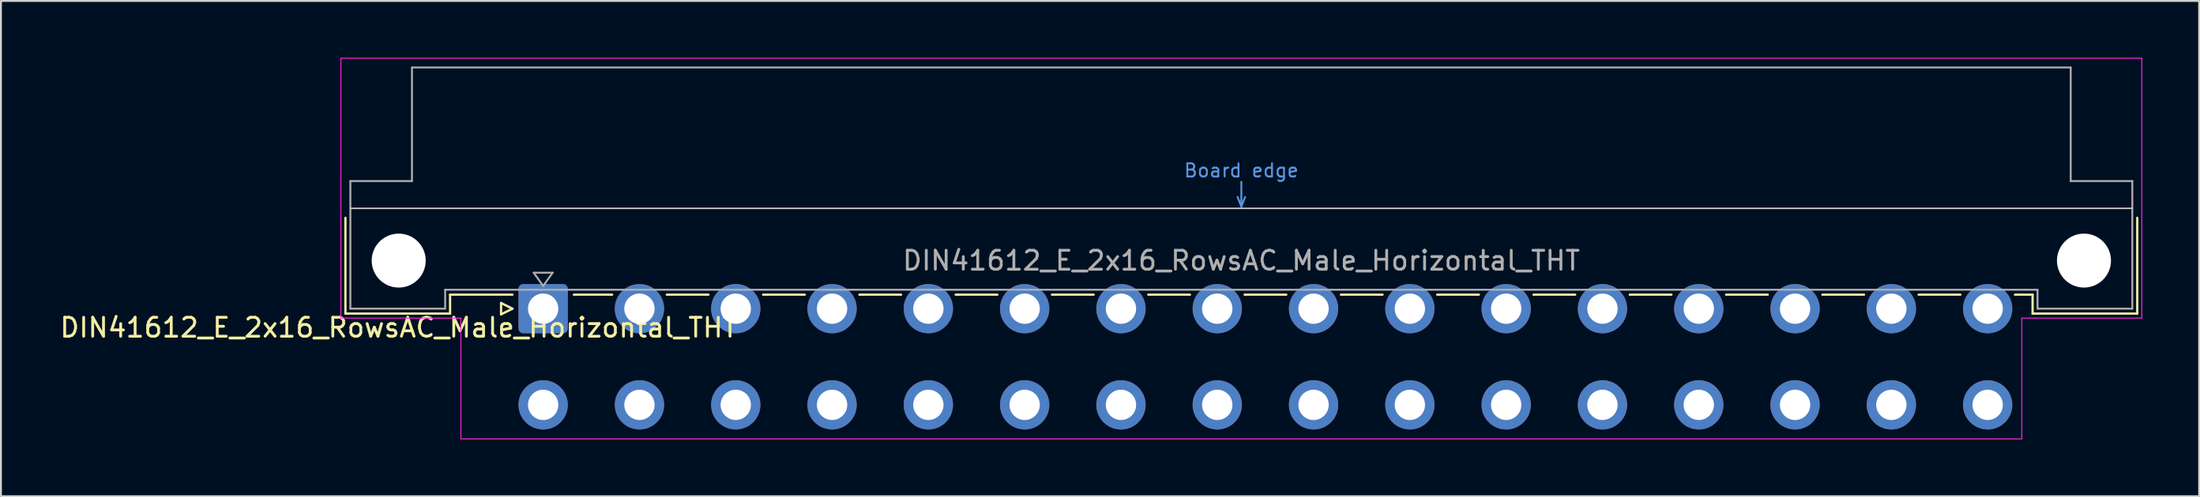
<source format=kicad_pcb>
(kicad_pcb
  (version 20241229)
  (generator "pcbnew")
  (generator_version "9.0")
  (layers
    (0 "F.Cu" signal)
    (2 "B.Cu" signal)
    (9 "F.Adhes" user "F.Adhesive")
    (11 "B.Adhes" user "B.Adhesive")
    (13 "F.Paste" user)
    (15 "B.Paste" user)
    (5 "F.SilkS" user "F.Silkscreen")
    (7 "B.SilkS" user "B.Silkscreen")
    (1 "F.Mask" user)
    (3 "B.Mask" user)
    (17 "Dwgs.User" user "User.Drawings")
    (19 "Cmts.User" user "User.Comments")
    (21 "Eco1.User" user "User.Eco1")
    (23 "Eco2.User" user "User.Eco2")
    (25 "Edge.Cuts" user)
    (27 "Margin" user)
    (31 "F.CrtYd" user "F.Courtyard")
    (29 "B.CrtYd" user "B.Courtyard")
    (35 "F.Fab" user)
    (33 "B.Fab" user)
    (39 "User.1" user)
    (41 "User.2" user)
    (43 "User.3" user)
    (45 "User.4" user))
  (footprint "DIN41612_E_2x16_RowsAC_Male_Horizontal_THT"
    (layer "F.Cu")
    (at 23.062 13.255)
    (property "Reference" "DIN41612_E_2x16_RowsAC_Male_Horizontal_THT" (at -5.08 1 0) (layer "F.SilkS") (effects (font (size 1 1) (thickness 0.15))))
    (attr through_hole)
    (fp_line (start -7.89 -4.8) (end -7.89 0.26) (stroke (width 0.12) (type solid)) (layer "F.SilkS"))
    (fp_line (start -7.89 0.26) (end -2.37 0.26) (stroke (width 0.12) (type solid)) (layer "F.SilkS"))
    (fp_line (start -2.37 -0.74) (end 0.92 -0.74) (stroke (width 0.12) (type solid)) (layer "F.SilkS"))
    (fp_line (start -2.37 0.26) (end -2.37 -0.74) (stroke (width 0.12) (type solid)) (layer "F.SilkS"))
    (fp_line (start 0.32 -0.3) (end 0.32 0.3) (stroke (width 0.12) (type solid)) (layer "F.SilkS"))
    (fp_line (start 0.32 0.3) (end 0.92 0) (stroke (width 0.12) (type solid)) (layer "F.SilkS"))
    (fp_line (start 0.92 0) (end 0.32 -0.3) (stroke (width 0.12) (type solid)) (layer "F.SilkS"))
    (fp_line (start 4.16 -0.74) (end 6.179 -0.74) (stroke (width 0.12) (type solid)) (layer "F.SilkS"))
    (fp_line (start 9.061 -0.74) (end 11.259 -0.74) (stroke (width 0.12) (type solid)) (layer "F.SilkS"))
    (fp_line (start 14.141 -0.74) (end 16.339 -0.74) (stroke (width 0.12) (type solid)) (layer "F.SilkS"))
    (fp_line (start 19.221 -0.74) (end 21.419 -0.74) (stroke (width 0.12) (type solid)) (layer "F.SilkS"))
    (fp_line (start 24.301 -0.74) (end 26.499 -0.74) (stroke (width 0.12) (type solid)) (layer "F.SilkS"))
    (fp_line (start 29.381 -0.74) (end 31.579 -0.74) (stroke (width 0.12) (type solid)) (layer "F.SilkS"))
    (fp_line (start 34.461 -0.74) (end 36.659 -0.74) (stroke (width 0.12) (type solid)) (layer "F.SilkS"))
    (fp_line (start 39.541 -0.74) (end 41.739 -0.74) (stroke (width 0.12) (type solid)) (layer "F.SilkS"))
    (fp_line (start 44.621 -0.74) (end 46.819 -0.74) (stroke (width 0.12) (type solid)) (layer "F.SilkS"))
    (fp_line (start 49.701 -0.74) (end 51.899 -0.74) (stroke (width 0.12) (type solid)) (layer "F.SilkS"))
    (fp_line (start 54.781 -0.74) (end 56.979 -0.74) (stroke (width 0.12) (type solid)) (layer "F.SilkS"))
    (fp_line (start 59.861 -0.74) (end 62.059 -0.74) (stroke (width 0.12) (type solid)) (layer "F.SilkS"))
    (fp_line (start 64.941 -0.74) (end 67.139 -0.74) (stroke (width 0.12) (type solid)) (layer "F.SilkS"))
    (fp_line (start 70.021 -0.74) (end 72.219 -0.74) (stroke (width 0.12) (type solid)) (layer "F.SilkS"))
    (fp_line (start 75.101 -0.74) (end 77.299 -0.74) (stroke (width 0.12) (type solid)) (layer "F.SilkS"))
    (fp_line (start 80.181 -0.74) (end 81.11 -0.74) (stroke (width 0.12) (type solid)) (layer "F.SilkS"))
    (fp_line (start 81.11 0.26) (end 81.11 -0.74) (stroke (width 0.12) (type solid)) (layer "F.SilkS"))
    (fp_line (start 86.63 -4.8) (end 86.63 0.26) (stroke (width 0.12) (type solid)) (layer "F.SilkS"))
    (fp_line (start 86.63 0.26) (end 81.11 0.26) (stroke (width 0.12) (type solid)) (layer "F.SilkS"))
    (fp_line (start -7.63 -5.3) (end 86.37 -5.3) (stroke (width 0.08) (type solid)) (layer "Dwgs.User"))
    (fp_line (start 39.17 -5.9) (end 39.37 -5.4) (stroke (width 0.1) (type solid)) (layer "Cmts.User"))
    (fp_line (start 39.37 -5.4) (end 39.37 -6.7) (stroke (width 0.1) (type solid)) (layer "Cmts.User"))
    (fp_line (start 39.37 -5.4) (end 39.57 -5.9) (stroke (width 0.1) (type solid)) (layer "Cmts.User"))
    (fp_line (start -8.13 -13.23) (end -8.13 0.5) (stroke (width 0.05) (type solid)) (layer "F.CrtYd"))
    (fp_line (start -8.13 0.5) (end -1.8 0.5) (stroke (width 0.05) (type solid)) (layer "F.CrtYd"))
    (fp_line (start -1.8 0.5) (end -1.8 6.88) (stroke (width 0.05) (type solid)) (layer "F.CrtYd"))
    (fp_line (start -1.8 6.88) (end 80.54 6.88) (stroke (width 0.05) (type solid)) (layer "F.CrtYd"))
    (fp_line (start 80.54 0.5) (end 86.87 0.5) (stroke (width 0.05) (type solid)) (layer "F.CrtYd"))
    (fp_line (start 80.54 6.88) (end 80.54 0.5) (stroke (width 0.05) (type solid)) (layer "F.CrtYd"))
    (fp_line (start 86.87 -13.23) (end -8.13 -13.23) (stroke (width 0.05) (type solid)) (layer "F.CrtYd"))
    (fp_line (start 86.87 0.5) (end 86.87 -13.23) (stroke (width 0.05) (type solid)) (layer "F.CrtYd"))
    (fp_line (start -7.63 -6.74) (end -7.63 0) (stroke (width 0.1) (type solid)) (layer "F.Fab"))
    (fp_line (start -7.63 0) (end -2.63 0) (stroke (width 0.1) (type solid)) (layer "F.Fab"))
    (fp_line (start -4.38 -12.74) (end -4.38 -6.74) (stroke (width 0.1) (type solid)) (layer "F.Fab"))
    (fp_line (start -4.38 -6.74) (end -7.63 -6.74) (stroke (width 0.1) (type solid)) (layer "F.Fab"))
    (fp_line (start -2.63 -1) (end 81.37 -1) (stroke (width 0.1) (type solid)) (layer "F.Fab"))
    (fp_line (start -2.63 0) (end -2.63 -1) (stroke (width 0.1) (type solid)) (layer "F.Fab"))
    (fp_line (start 2.04 -1.9) (end 3.04 -1.9) (stroke (width 0.1) (type solid)) (layer "F.Fab"))
    (fp_line (start 2.54 -1.2) (end 2.04 -1.9) (stroke (width 0.1) (type solid)) (layer "F.Fab"))
    (fp_line (start 3.04 -1.9) (end 2.54 -1.2) (stroke (width 0.1) (type solid)) (layer "F.Fab"))
    (fp_line (start 81.37 -1) (end 81.37 0) (stroke (width 0.1) (type solid)) (layer "F.Fab"))
    (fp_line (start 81.37 0) (end 86.37 0) (stroke (width 0.1) (type solid)) (layer "F.Fab"))
    (fp_line (start 83.12 -12.74) (end -4.38 -12.74) (stroke (width 0.1) (type solid)) (layer "F.Fab"))
    (fp_line (start 83.12 -6.74) (end 83.12 -12.74) (stroke (width 0.1) (type solid)) (layer "F.Fab"))
    (fp_line (start 86.37 -6.74) (end 83.12 -6.74) (stroke (width 0.1) (type solid)) (layer "F.Fab"))
    (fp_line (start 86.37 0) (end 86.37 -6.74) (stroke (width 0.1) (type solid)) (layer "F.Fab"))
    (fp_text user "Board edge" (at 39.37 -7.3 0) (layer "Cmts.User") (effects (font (size 0.7 0.7) (thickness 0.1))))
    (fp_text user "${REFERENCE}" (at 39.37 -2.54 0) (layer "F.Fab") (effects (font (size 1 1) (thickness 0.15))))
    (pad "" np_thru_hole circle (at -5.08 -2.54) (size 2.85 2.85) (drill 2.85) (layers "*.Cu" "*.Mask"))
    (pad "" np_thru_hole circle (at 83.82 -2.54) (size 2.85 2.85) (drill 2.85) (layers "*.Cu" "*.Mask"))
    (pad "a2" thru_hole roundrect (at 2.54 0) (size 2.6 2.6) (drill 1.6) (layers "*.Cu" "*.Mask") (roundrect_rratio 0.096))
    (pad "a4" thru_hole circle (at 7.62 0) (size 2.6 2.6) (drill 1.6) (layers "*.Cu" "*.Mask"))
    (pad "a6" thru_hole circle (at 12.7 0) (size 2.6 2.6) (drill 1.6) (layers "*.Cu" "*.Mask"))
    (pad "a8" thru_hole circle (at 17.78 0) (size 2.6 2.6) (drill 1.6) (layers "*.Cu" "*.Mask"))
    (pad "a10" thru_hole circle (at 22.86 0) (size 2.6 2.6) (drill 1.6) (layers "*.Cu" "*.Mask"))
    (pad "a12" thru_hole circle (at 27.94 0) (size 2.6 2.6) (drill 1.6) (layers "*.Cu" "*.Mask"))
    (pad "a14" thru_hole circle (at 33.02 0) (size 2.6 2.6) (drill 1.6) (layers "*.Cu" "*.Mask"))
    (pad "a16" thru_hole circle (at 38.1 0) (size 2.6 2.6) (drill 1.6) (layers "*.Cu" "*.Mask"))
    (pad "a18" thru_hole circle (at 43.18 0) (size 2.6 2.6) (drill 1.6) (layers "*.Cu" "*.Mask"))
    (pad "a20" thru_hole circle (at 48.26 0) (size 2.6 2.6) (drill 1.6) (layers "*.Cu" "*.Mask"))
    (pad "a22" thru_hole circle (at 53.34 0) (size 2.6 2.6) (drill 1.6) (layers "*.Cu" "*.Mask"))
    (pad "a24" thru_hole circle (at 58.42 0) (size 2.6 2.6) (drill 1.6) (layers "*.Cu" "*.Mask"))
    (pad "a26" thru_hole circle (at 63.5 0) (size 2.6 2.6) (drill 1.6) (layers "*.Cu" "*.Mask"))
    (pad "a28" thru_hole circle (at 68.58 0) (size 2.6 2.6) (drill 1.6) (layers "*.Cu" "*.Mask"))
    (pad "a30" thru_hole circle (at 73.66 0) (size 2.6 2.6) (drill 1.6) (layers "*.Cu" "*.Mask"))
    (pad "a32" thru_hole circle (at 78.74 0) (size 2.6 2.6) (drill 1.6) (layers "*.Cu" "*.Mask"))
    (pad "c2" thru_hole circle (at 2.54 5.08) (size 2.6 2.6) (drill 1.6) (layers "*.Cu" "*.Mask"))
    (pad "c4" thru_hole circle (at 7.62 5.08) (size 2.6 2.6) (drill 1.6) (layers "*.Cu" "*.Mask"))
    (pad "c6" thru_hole circle (at 12.7 5.08) (size 2.6 2.6) (drill 1.6) (layers "*.Cu" "*.Mask"))
    (pad "c8" thru_hole circle (at 17.78 5.08) (size 2.6 2.6) (drill 1.6) (layers "*.Cu" "*.Mask"))
    (pad "c10" thru_hole circle (at 22.86 5.08) (size 2.6 2.6) (drill 1.6) (layers "*.Cu" "*.Mask"))
    (pad "c12" thru_hole circle (at 27.94 5.08) (size 2.6 2.6) (drill 1.6) (layers "*.Cu" "*.Mask"))
    (pad "c14" thru_hole circle (at 33.02 5.08) (size 2.6 2.6) (drill 1.6) (layers "*.Cu" "*.Mask"))
    (pad "c16" thru_hole circle (at 38.1 5.08) (size 2.6 2.6) (drill 1.6) (layers "*.Cu" "*.Mask"))
    (pad "c18" thru_hole circle (at 43.18 5.08) (size 2.6 2.6) (drill 1.6) (layers "*.Cu" "*.Mask"))
    (pad "c20" thru_hole circle (at 48.26 5.08) (size 2.6 2.6) (drill 1.6) (layers "*.Cu" "*.Mask"))
    (pad "c22" thru_hole circle (at 53.34 5.08) (size 2.6 2.6) (drill 1.6) (layers "*.Cu" "*.Mask"))
    (pad "c24" thru_hole circle (at 58.42 5.08) (size 2.6 2.6) (drill 1.6) (layers "*.Cu" "*.Mask"))
    (pad "c26" thru_hole circle (at 63.5 5.08) (size 2.6 2.6) (drill 1.6) (layers "*.Cu" "*.Mask"))
    (pad "c28" thru_hole circle (at 68.58 5.08) (size 2.6 2.6) (drill 1.6) (layers "*.Cu" "*.Mask"))
    (pad "c30" thru_hole circle (at 73.66 5.08) (size 2.6 2.6) (drill 1.6) (layers "*.Cu" "*.Mask"))
    (pad "c32" thru_hole circle (at 78.74 5.08) (size 2.6 2.6) (drill 1.6) (layers "*.Cu" "*.Mask")))
  (gr_rect
    (start -3 -3)
    (end 112.957 23.16)
    (stroke (width 0.1) (type default))
    (fill no)
    (layer "Edge.Cuts")))
</source>
